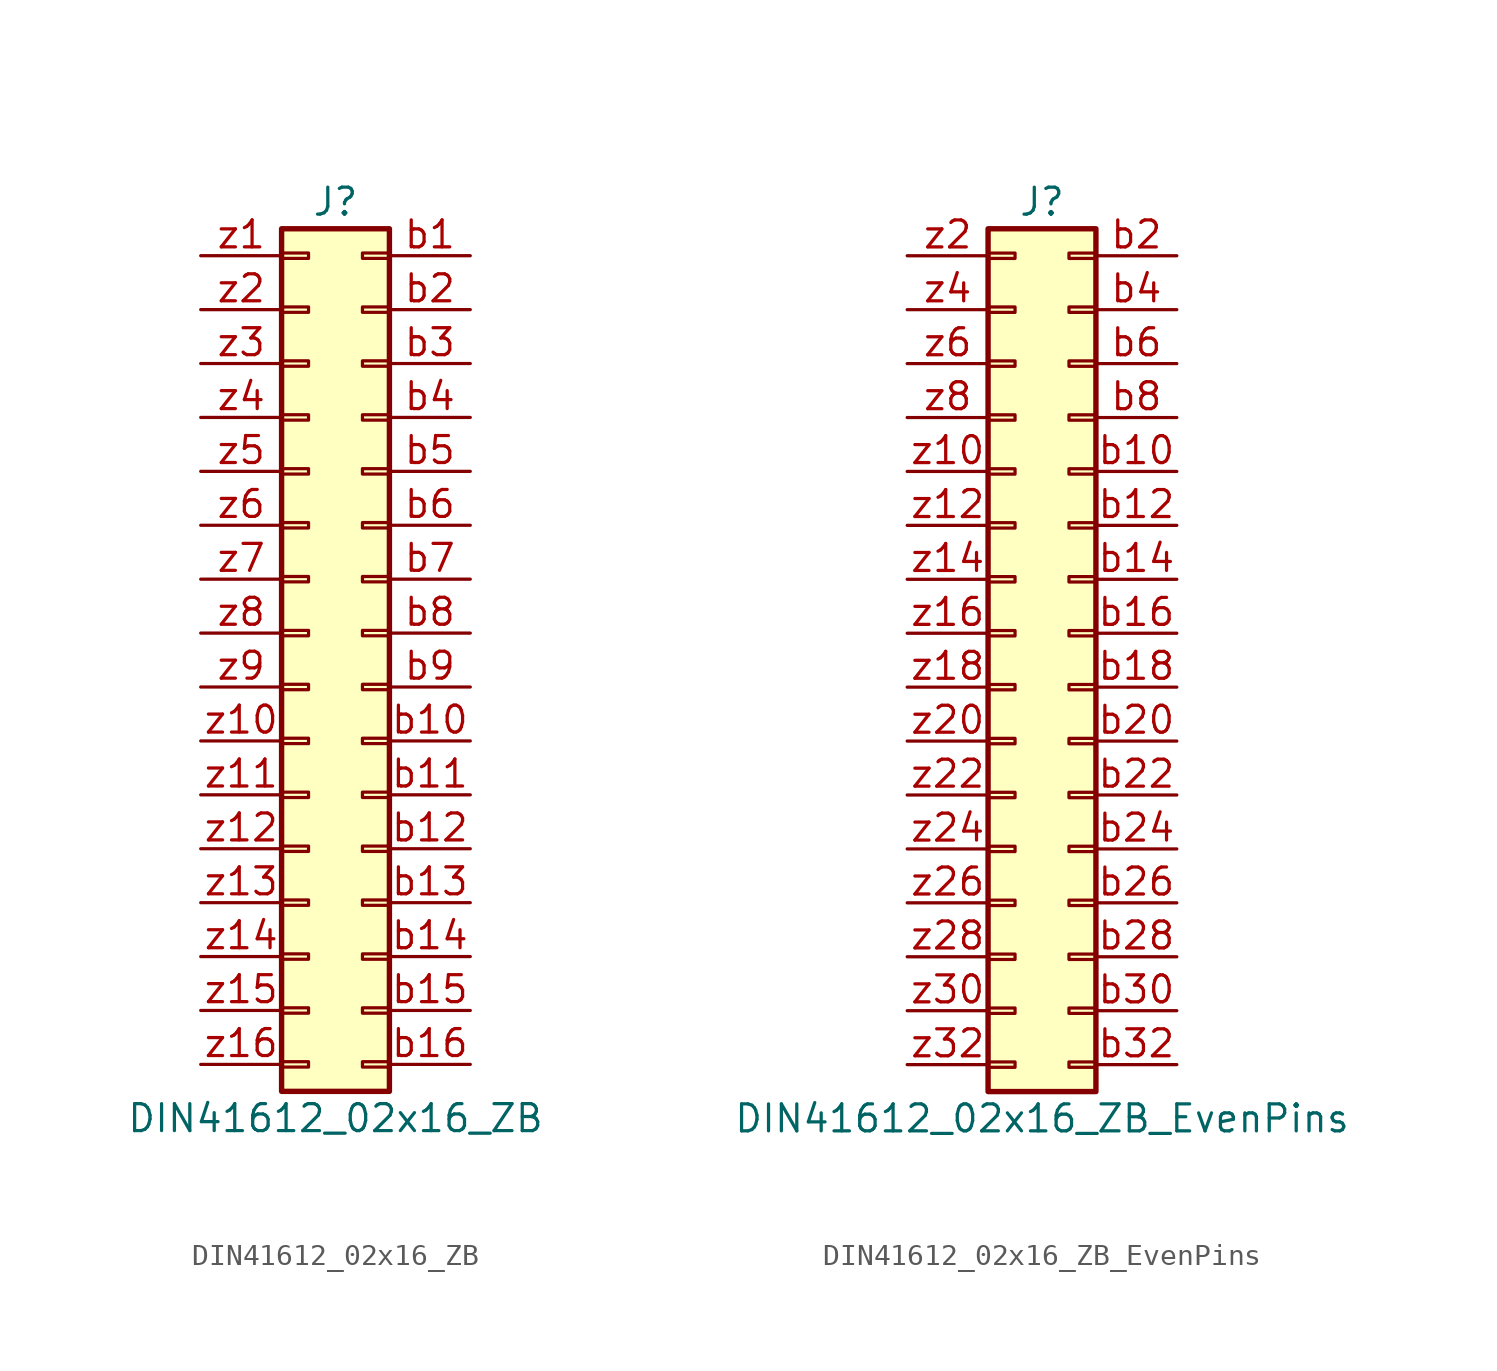
<source format=kicad_sym>
(kicad_symbol_lib
  (version 20220914)
  (generator kicad_symbol_editor)
  (symbol "DIN41612_02x16_ZB"
    (pin_names
      (offset 1.016) hide)
    (property "Reference" "J"
      (at 1.27 20.32 0)
      (effects (font (size 1.27 1.27))))
    (property "Value" "DIN41612_02x16_ZB"
      (at 1.27 -22.86 0)
      (effects (font (size 1.27 1.27))))
    (symbol "DIN41612_02x16_ZB_1_1"
      (rectangle (start -1.27 -20.193) (end 0 -20.447) (stroke (width 0.152) (type solid)) (fill (type none)))
      (rectangle (start -1.27 -17.653) (end 0 -17.907) (stroke (width 0.152) (type solid)) (fill (type none)))
      (rectangle (start -1.27 -15.113) (end 0 -15.367) (stroke (width 0.152) (type solid)) (fill (type none)))
      (rectangle (start -1.27 -12.573) (end 0 -12.827) (stroke (width 0.152) (type solid)) (fill (type none)))
      (rectangle (start -1.27 -10.033) (end 0 -10.287) (stroke (width 0.152) (type solid)) (fill (type none)))
      (rectangle (start -1.27 -7.493) (end 0 -7.747) (stroke (width 0.152) (type solid)) (fill (type none)))
      (rectangle (start -1.27 -4.953) (end 0 -5.207) (stroke (width 0.152) (type solid)) (fill (type none)))
      (rectangle (start -1.27 -2.413) (end 0 -2.667) (stroke (width 0.152) (type solid)) (fill (type none)))
      (rectangle (start -1.27 0.127) (end 0 -0.127) (stroke (width 0.152) (type solid)) (fill (type none)))
      (rectangle (start -1.27 2.667) (end 0 2.413) (stroke (width 0.152) (type solid)) (fill (type none)))
      (rectangle (start -1.27 5.207) (end 0 4.953) (stroke (width 0.152) (type solid)) (fill (type none)))
      (rectangle (start -1.27 7.747) (end 0 7.493) (stroke (width 0.152) (type solid)) (fill (type none)))
      (rectangle (start -1.27 10.287) (end 0 10.033) (stroke (width 0.152) (type solid)) (fill (type none)))
      (rectangle (start -1.27 12.827) (end 0 12.573) (stroke (width 0.152) (type solid)) (fill (type none)))
      (rectangle (start -1.27 15.367) (end 0 15.113) (stroke (width 0.152) (type solid)) (fill (type none)))
      (rectangle (start -1.27 17.907) (end 0 17.653) (stroke (width 0.152) (type solid)) (fill (type none)))
      (rectangle (start -1.27 19.05) (end 3.81 -21.59) (stroke (width 0.254) (type solid)) (fill (type background)))
      (rectangle (start 3.81 -20.193) (end 2.54 -20.447) (stroke (width 0.152) (type solid)) (fill (type none)))
      (rectangle (start 3.81 -17.653) (end 2.54 -17.907) (stroke (width 0.152) (type solid)) (fill (type none)))
      (rectangle (start 3.81 -15.113) (end 2.54 -15.367) (stroke (width 0.152) (type solid)) (fill (type none)))
      (rectangle (start 3.81 -12.573) (end 2.54 -12.827) (stroke (width 0.152) (type solid)) (fill (type none)))
      (rectangle (start 3.81 -10.033) (end 2.54 -10.287) (stroke (width 0.152) (type solid)) (fill (type none)))
      (rectangle (start 3.81 -7.493) (end 2.54 -7.747) (stroke (width 0.152) (type solid)) (fill (type none)))
      (rectangle (start 3.81 -4.953) (end 2.54 -5.207) (stroke (width 0.152) (type solid)) (fill (type none)))
      (rectangle (start 3.81 -2.413) (end 2.54 -2.667) (stroke (width 0.152) (type solid)) (fill (type none)))
      (rectangle (start 3.81 0.127) (end 2.54 -0.127) (stroke (width 0.152) (type solid)) (fill (type none)))
      (rectangle (start 3.81 2.667) (end 2.54 2.413) (stroke (width 0.152) (type solid)) (fill (type none)))
      (rectangle (start 3.81 5.207) (end 2.54 4.953) (stroke (width 0.152) (type solid)) (fill (type none)))
      (rectangle (start 3.81 7.747) (end 2.54 7.493) (stroke (width 0.152) (type solid)) (fill (type none)))
      (rectangle (start 3.81 10.287) (end 2.54 10.033) (stroke (width 0.152) (type solid)) (fill (type none)))
      (rectangle (start 3.81 12.827) (end 2.54 12.573) (stroke (width 0.152) (type solid)) (fill (type none)))
      (rectangle (start 3.81 15.367) (end 2.54 15.113) (stroke (width 0.152) (type solid)) (fill (type none)))
      (rectangle (start 3.81 17.907) (end 2.54 17.653) (stroke (width 0.152) (type solid)) (fill (type none)))
      (pin passive line (at 7.62 17.78 180) (length 3.81) (name "Pin_b1" (effects (font (size 1.27 1.27)))) (number "b1" (effects (font (size 1.27 1.27)))))
      (pin passive line (at 7.62 -5.08 180) (length 3.81) (name "Pin_b10" (effects (font (size 1.27 1.27)))) (number "b10" (effects (font (size 1.27 1.27)))))
      (pin passive line (at 7.62 -7.62 180) (length 3.81) (name "Pin_b11" (effects (font (size 1.27 1.27)))) (number "b11" (effects (font (size 1.27 1.27)))))
      (pin passive line (at 7.62 -10.16 180) (length 3.81) (name "Pin_b12" (effects (font (size 1.27 1.27)))) (number "b12" (effects (font (size 1.27 1.27)))))
      (pin passive line (at 7.62 -12.7 180) (length 3.81) (name "Pin_b13" (effects (font (size 1.27 1.27)))) (number "b13" (effects (font (size 1.27 1.27)))))
      (pin passive line (at 7.62 -15.24 180) (length 3.81) (name "Pin_b14" (effects (font (size 1.27 1.27)))) (number "b14" (effects (font (size 1.27 1.27)))))
      (pin passive line (at 7.62 -17.78 180) (length 3.81) (name "Pin_b15" (effects (font (size 1.27 1.27)))) (number "b15" (effects (font (size 1.27 1.27)))))
      (pin passive line (at 7.62 -20.32 180) (length 3.81) (name "Pin_b16" (effects (font (size 1.27 1.27)))) (number "b16" (effects (font (size 1.27 1.27)))))
      (pin passive line (at 7.62 15.24 180) (length 3.81) (name "Pin_b2" (effects (font (size 1.27 1.27)))) (number "b2" (effects (font (size 1.27 1.27)))))
      (pin passive line (at 7.62 12.7 180) (length 3.81) (name "Pin_b3" (effects (font (size 1.27 1.27)))) (number "b3" (effects (font (size 1.27 1.27)))))
      (pin passive line (at 7.62 10.16 180) (length 3.81) (name "Pin_b4" (effects (font (size 1.27 1.27)))) (number "b4" (effects (font (size 1.27 1.27)))))
      (pin passive line (at 7.62 7.62 180) (length 3.81) (name "Pin_b5" (effects (font (size 1.27 1.27)))) (number "b5" (effects (font (size 1.27 1.27)))))
      (pin passive line (at 7.62 5.08 180) (length 3.81) (name "Pin_b6" (effects (font (size 1.27 1.27)))) (number "b6" (effects (font (size 1.27 1.27)))))
      (pin passive line (at 7.62 2.54 180) (length 3.81) (name "Pin_b7" (effects (font (size 1.27 1.27)))) (number "b7" (effects (font (size 1.27 1.27)))))
      (pin passive line (at 7.62 0 180) (length 3.81) (name "Pin_b8" (effects (font (size 1.27 1.27)))) (number "b8" (effects (font (size 1.27 1.27)))))
      (pin passive line (at 7.62 -2.54 180) (length 3.81) (name "Pin_b9" (effects (font (size 1.27 1.27)))) (number "b9" (effects (font (size 1.27 1.27)))))
      (pin passive line (at -5.08 17.78 0) (length 3.81) (name "Pin_z1" (effects (font (size 1.27 1.27)))) (number "z1" (effects (font (size 1.27 1.27)))))
      (pin passive line (at -5.08 -5.08 0) (length 3.81) (name "Pin_z10" (effects (font (size 1.27 1.27)))) (number "z10" (effects (font (size 1.27 1.27)))))
      (pin passive line (at -5.08 -7.62 0) (length 3.81) (name "Pin_z11" (effects (font (size 1.27 1.27)))) (number "z11" (effects (font (size 1.27 1.27)))))
      (pin passive line (at -5.08 -10.16 0) (length 3.81) (name "Pin_z12" (effects (font (size 1.27 1.27)))) (number "z12" (effects (font (size 1.27 1.27)))))
      (pin passive line (at -5.08 -12.7 0) (length 3.81) (name "Pin_z13" (effects (font (size 1.27 1.27)))) (number "z13" (effects (font (size 1.27 1.27)))))
      (pin passive line (at -5.08 -15.24 0) (length 3.81) (name "Pin_z14" (effects (font (size 1.27 1.27)))) (number "z14" (effects (font (size 1.27 1.27)))))
      (pin passive line (at -5.08 -17.78 0) (length 3.81) (name "Pin_z15" (effects (font (size 1.27 1.27)))) (number "z15" (effects (font (size 1.27 1.27)))))
      (pin passive line (at -5.08 -20.32 0) (length 3.81) (name "Pin_z16" (effects (font (size 1.27 1.27)))) (number "z16" (effects (font (size 1.27 1.27)))))
      (pin passive line (at -5.08 15.24 0) (length 3.81) (name "Pin_z2" (effects (font (size 1.27 1.27)))) (number "z2" (effects (font (size 1.27 1.27)))))
      (pin passive line (at -5.08 12.7 0) (length 3.81) (name "Pin_z3" (effects (font (size 1.27 1.27)))) (number "z3" (effects (font (size 1.27 1.27)))))
      (pin passive line (at -5.08 10.16 0) (length 3.81) (name "Pin_z4" (effects (font (size 1.27 1.27)))) (number "z4" (effects (font (size 1.27 1.27)))))
      (pin passive line (at -5.08 7.62 0) (length 3.81) (name "Pin_z5" (effects (font (size 1.27 1.27)))) (number "z5" (effects (font (size 1.27 1.27)))))
      (pin passive line (at -5.08 5.08 0) (length 3.81) (name "Pin_z6" (effects (font (size 1.27 1.27)))) (number "z6" (effects (font (size 1.27 1.27)))))
      (pin passive line (at -5.08 2.54 0) (length 3.81) (name "Pin_z7" (effects (font (size 1.27 1.27)))) (number "z7" (effects (font (size 1.27 1.27)))))
      (pin passive line (at -5.08 0 0) (length 3.81) (name "Pin_z8" (effects (font (size 1.27 1.27)))) (number "z8" (effects (font (size 1.27 1.27)))))
      (pin passive line (at -5.08 -2.54 0) (length 3.81) (name "Pin_z9" (effects (font (size 1.27 1.27)))) (number "z9" (effects (font (size 1.27 1.27)))))))
  (symbol "DIN41612_02x16_ZB_EvenPins"
    (pin_names
      (offset 1.016) hide)
    (property "Reference" "J"
      (at 1.27 20.32 0)
      (effects (font (size 1.27 1.27))))
    (property "Value" "DIN41612_02x16_ZB_EvenPins"
      (at 1.27 -22.86 0)
      (effects (font (size 1.27 1.27))))
    (symbol "DIN41612_02x16_ZB_EvenPins_1_1"
      (rectangle (start -1.27 -20.193) (end 0 -20.447) (stroke (width 0.152) (type solid)) (fill (type none)))
      (rectangle (start -1.27 -17.653) (end 0 -17.907) (stroke (width 0.152) (type solid)) (fill (type none)))
      (rectangle (start -1.27 -15.113) (end 0 -15.367) (stroke (width 0.152) (type solid)) (fill (type none)))
      (rectangle (start -1.27 -12.573) (end 0 -12.827) (stroke (width 0.152) (type solid)) (fill (type none)))
      (rectangle (start -1.27 -10.033) (end 0 -10.287) (stroke (width 0.152) (type solid)) (fill (type none)))
      (rectangle (start -1.27 -7.493) (end 0 -7.747) (stroke (width 0.152) (type solid)) (fill (type none)))
      (rectangle (start -1.27 -4.953) (end 0 -5.207) (stroke (width 0.152) (type solid)) (fill (type none)))
      (rectangle (start -1.27 -2.413) (end 0 -2.667) (stroke (width 0.152) (type solid)) (fill (type none)))
      (rectangle (start -1.27 0.127) (end 0 -0.127) (stroke (width 0.152) (type solid)) (fill (type none)))
      (rectangle (start -1.27 2.667) (end 0 2.413) (stroke (width 0.152) (type solid)) (fill (type none)))
      (rectangle (start -1.27 5.207) (end 0 4.953) (stroke (width 0.152) (type solid)) (fill (type none)))
      (rectangle (start -1.27 7.747) (end 0 7.493) (stroke (width 0.152) (type solid)) (fill (type none)))
      (rectangle (start -1.27 10.287) (end 0 10.033) (stroke (width 0.152) (type solid)) (fill (type none)))
      (rectangle (start -1.27 12.827) (end 0 12.573) (stroke (width 0.152) (type solid)) (fill (type none)))
      (rectangle (start -1.27 15.367) (end 0 15.113) (stroke (width 0.152) (type solid)) (fill (type none)))
      (rectangle (start -1.27 17.907) (end 0 17.653) (stroke (width 0.152) (type solid)) (fill (type none)))
      (rectangle (start -1.27 19.05) (end 3.81 -21.59) (stroke (width 0.254) (type solid)) (fill (type background)))
      (rectangle (start 3.81 -20.193) (end 2.54 -20.447) (stroke (width 0.152) (type solid)) (fill (type none)))
      (rectangle (start 3.81 -17.653) (end 2.54 -17.907) (stroke (width 0.152) (type solid)) (fill (type none)))
      (rectangle (start 3.81 -15.113) (end 2.54 -15.367) (stroke (width 0.152) (type solid)) (fill (type none)))
      (rectangle (start 3.81 -12.573) (end 2.54 -12.827) (stroke (width 0.152) (type solid)) (fill (type none)))
      (rectangle (start 3.81 -10.033) (end 2.54 -10.287) (stroke (width 0.152) (type solid)) (fill (type none)))
      (rectangle (start 3.81 -7.493) (end 2.54 -7.747) (stroke (width 0.152) (type solid)) (fill (type none)))
      (rectangle (start 3.81 -4.953) (end 2.54 -5.207) (stroke (width 0.152) (type solid)) (fill (type none)))
      (rectangle (start 3.81 -2.413) (end 2.54 -2.667) (stroke (width 0.152) (type solid)) (fill (type none)))
      (rectangle (start 3.81 0.127) (end 2.54 -0.127) (stroke (width 0.152) (type solid)) (fill (type none)))
      (rectangle (start 3.81 2.667) (end 2.54 2.413) (stroke (width 0.152) (type solid)) (fill (type none)))
      (rectangle (start 3.81 5.207) (end 2.54 4.953) (stroke (width 0.152) (type solid)) (fill (type none)))
      (rectangle (start 3.81 7.747) (end 2.54 7.493) (stroke (width 0.152) (type solid)) (fill (type none)))
      (rectangle (start 3.81 10.287) (end 2.54 10.033) (stroke (width 0.152) (type solid)) (fill (type none)))
      (rectangle (start 3.81 12.827) (end 2.54 12.573) (stroke (width 0.152) (type solid)) (fill (type none)))
      (rectangle (start 3.81 15.367) (end 2.54 15.113) (stroke (width 0.152) (type solid)) (fill (type none)))
      (rectangle (start 3.81 17.907) (end 2.54 17.653) (stroke (width 0.152) (type solid)) (fill (type none)))
      (pin passive line (at 7.62 7.62 180) (length 3.81) (name "Pin_b10" (effects (font (size 1.27 1.27)))) (number "b10" (effects (font (size 1.27 1.27)))))
      (pin passive line (at 7.62 5.08 180) (length 3.81) (name "Pin_b12" (effects (font (size 1.27 1.27)))) (number "b12" (effects (font (size 1.27 1.27)))))
      (pin passive line (at 7.62 2.54 180) (length 3.81) (name "Pin_b14" (effects (font (size 1.27 1.27)))) (number "b14" (effects (font (size 1.27 1.27)))))
      (pin passive line (at 7.62 0 180) (length 3.81) (name "Pin_b16" (effects (font (size 1.27 1.27)))) (number "b16" (effects (font (size 1.27 1.27)))))
      (pin passive line (at 7.62 -2.54 180) (length 3.81) (name "Pin_b18" (effects (font (size 1.27 1.27)))) (number "b18" (effects (font (size 1.27 1.27)))))
      (pin passive line (at 7.62 17.78 180) (length 3.81) (name "Pin_b2" (effects (font (size 1.27 1.27)))) (number "b2" (effects (font (size 1.27 1.27)))))
      (pin passive line (at 7.62 -5.08 180) (length 3.81) (name "Pin_b20" (effects (font (size 1.27 1.27)))) (number "b20" (effects (font (size 1.27 1.27)))))
      (pin passive line (at 7.62 -7.62 180) (length 3.81) (name "Pin_b22" (effects (font (size 1.27 1.27)))) (number "b22" (effects (font (size 1.27 1.27)))))
      (pin passive line (at 7.62 -10.16 180) (length 3.81) (name "Pin_b24" (effects (font (size 1.27 1.27)))) (number "b24" (effects (font (size 1.27 1.27)))))
      (pin passive line (at 7.62 -12.7 180) (length 3.81) (name "Pin_b26" (effects (font (size 1.27 1.27)))) (number "b26" (effects (font (size 1.27 1.27)))))
      (pin passive line (at 7.62 -15.24 180) (length 3.81) (name "Pin_b28" (effects (font (size 1.27 1.27)))) (number "b28" (effects (font (size 1.27 1.27)))))
      (pin passive line (at 7.62 -17.78 180) (length 3.81) (name "Pin_b30" (effects (font (size 1.27 1.27)))) (number "b30" (effects (font (size 1.27 1.27)))))
      (pin passive line (at 7.62 -20.32 180) (length 3.81) (name "Pin_b32" (effects (font (size 1.27 1.27)))) (number "b32" (effects (font (size 1.27 1.27)))))
      (pin passive line (at 7.62 15.24 180) (length 3.81) (name "Pin_b4" (effects (font (size 1.27 1.27)))) (number "b4" (effects (font (size 1.27 1.27)))))
      (pin passive line (at 7.62 12.7 180) (length 3.81) (name "Pin_b6" (effects (font (size 1.27 1.27)))) (number "b6" (effects (font (size 1.27 1.27)))))
      (pin passive line (at 7.62 10.16 180) (length 3.81) (name "Pin_b8" (effects (font (size 1.27 1.27)))) (number "b8" (effects (font (size 1.27 1.27)))))
      (pin passive line (at -5.08 7.62 0) (length 3.81) (name "Pin_z10" (effects (font (size 1.27 1.27)))) (number "z10" (effects (font (size 1.27 1.27)))))
      (pin passive line (at -5.08 5.08 0) (length 3.81) (name "Pin_z12" (effects (font (size 1.27 1.27)))) (number "z12" (effects (font (size 1.27 1.27)))))
      (pin passive line (at -5.08 2.54 0) (length 3.81) (name "Pin_z14" (effects (font (size 1.27 1.27)))) (number "z14" (effects (font (size 1.27 1.27)))))
      (pin passive line (at -5.08 0 0) (length 3.81) (name "Pin_z16" (effects (font (size 1.27 1.27)))) (number "z16" (effects (font (size 1.27 1.27)))))
      (pin passive line (at -5.08 -2.54 0) (length 3.81) (name "Pin_z18" (effects (font (size 1.27 1.27)))) (number "z18" (effects (font (size 1.27 1.27)))))
      (pin passive line (at -5.08 17.78 0) (length 3.81) (name "Pin_z2" (effects (font (size 1.27 1.27)))) (number "z2" (effects (font (size 1.27 1.27)))))
      (pin passive line (at -5.08 -5.08 0) (length 3.81) (name "Pin_z20" (effects (font (size 1.27 1.27)))) (number "z20" (effects (font (size 1.27 1.27)))))
      (pin passive line (at -5.08 -7.62 0) (length 3.81) (name "Pin_z22" (effects (font (size 1.27 1.27)))) (number "z22" (effects (font (size 1.27 1.27)))))
      (pin passive line (at -5.08 -10.16 0) (length 3.81) (name "Pin_z24" (effects (font (size 1.27 1.27)))) (number "z24" (effects (font (size 1.27 1.27)))))
      (pin passive line (at -5.08 -12.7 0) (length 3.81) (name "Pin_z26" (effects (font (size 1.27 1.27)))) (number "z26" (effects (font (size 1.27 1.27)))))
      (pin passive line (at -5.08 -15.24 0) (length 3.81) (name "Pin_z28" (effects (font (size 1.27 1.27)))) (number "z28" (effects (font (size 1.27 1.27)))))
      (pin passive line (at -5.08 -17.78 0) (length 3.81) (name "Pin_z30" (effects (font (size 1.27 1.27)))) (number "z30" (effects (font (size 1.27 1.27)))))
      (pin passive line (at -5.08 -20.32 0) (length 3.81) (name "Pin_z32" (effects (font (size 1.27 1.27)))) (number "z32" (effects (font (size 1.27 1.27)))))
      (pin passive line (at -5.08 15.24 0) (length 3.81) (name "Pin_z4" (effects (font (size 1.27 1.27)))) (number "z4" (effects (font (size 1.27 1.27)))))
      (pin passive line (at -5.08 12.7 0) (length 3.81) (name "Pin_z6" (effects (font (size 1.27 1.27)))) (number "z6" (effects (font (size 1.27 1.27)))))
      (pin passive line (at -5.08 10.16 0) (length 3.81) (name "Pin_z8" (effects (font (size 1.27 1.27)))) (number "z8" (effects (font (size 1.27 1.27))))))))
</source>
